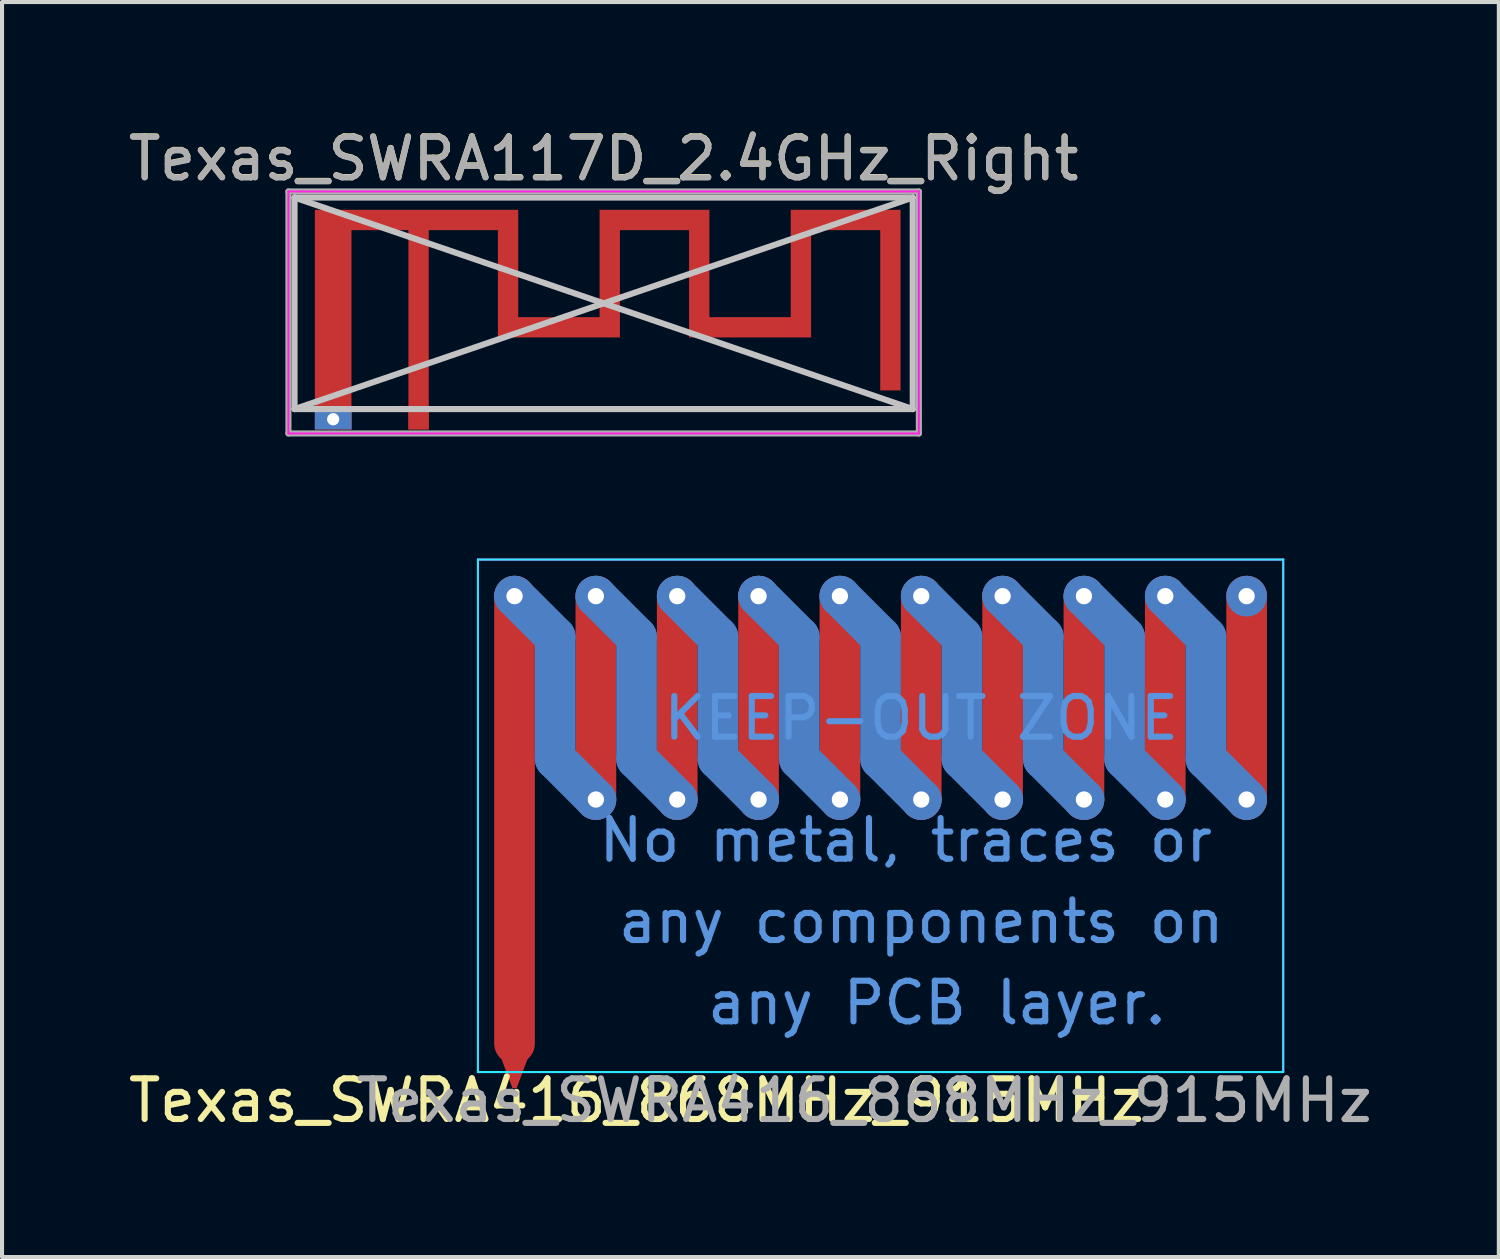
<source format=kicad_pcb>
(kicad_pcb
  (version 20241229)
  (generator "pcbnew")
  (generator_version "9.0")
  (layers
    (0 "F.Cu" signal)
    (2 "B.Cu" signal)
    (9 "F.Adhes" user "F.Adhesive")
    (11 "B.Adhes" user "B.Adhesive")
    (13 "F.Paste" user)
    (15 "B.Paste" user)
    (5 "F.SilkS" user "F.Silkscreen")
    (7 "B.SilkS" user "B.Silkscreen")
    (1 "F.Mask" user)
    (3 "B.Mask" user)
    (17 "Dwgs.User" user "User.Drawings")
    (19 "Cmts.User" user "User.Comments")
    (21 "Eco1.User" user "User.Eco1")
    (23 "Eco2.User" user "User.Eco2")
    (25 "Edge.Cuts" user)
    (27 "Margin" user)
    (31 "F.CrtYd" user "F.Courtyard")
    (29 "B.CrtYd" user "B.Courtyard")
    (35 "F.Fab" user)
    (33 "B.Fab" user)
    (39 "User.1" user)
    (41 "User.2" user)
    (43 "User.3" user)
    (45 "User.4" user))
  (footprint "Texas_SWRA117D_2.4GHz_Right"
    (layer "F.Cu")
    (at 7.242 7.258)
    (property "Reference" "Texas_SWRA117D_2.4GHz_Right" (at 4.55 -6.41 0) (layer "F.SilkS") (effects (font (size 1 1) (thickness 0.15))))
    (attr exclude_from_pos_files exclude_from_bom)
    (fp_poly (pts (xy 2.45 -2.51) (xy 4.45 -2.51) (xy 4.45 -5.15) (xy 7.15 -5.15) (xy 7.15 -2.51) (xy 9.15 -2.51) (xy 9.15 -5.15) (xy 11.85 -5.15) (xy 11.85 -0.71) (xy 11.35 -0.71) (xy 11.35 -4.65) (xy 9.65 -4.65) (xy 9.65 -2.01) (xy 6.65 -2.01) (xy 6.65 -4.65) (xy 4.95 -4.65) (xy 4.95 -2.01) (xy 1.95 -2.01) (xy 1.95 -4.65) (xy 0.25 -4.65) (xy 0.25 0.25) (xy -0.25 0.25) (xy -0.25 -4.65) (xy -1.65 -4.65) (xy -1.65 0.25) (xy -2.55 0.25) (xy -2.55 0.007) (xy -2.248 0.007) (xy -2.238 0.054) (xy -2.214 0.097) (xy -2.176 0.13) (xy -2.168 0.134) (xy -2.125 0.146) (xy -2.077 0.145) (xy -2.031 0.132) (xy -2.013 0.122) (xy -1.979 0.087) (xy -1.958 0.041) (xy -1.952 -0.008) (xy -1.96 -0.056) (xy -1.977 -0.089) (xy -2.012 -0.121) (xy -2.058 -0.141) (xy -2.107 -0.148) (xy -2.155 -0.14) (xy -2.188 -0.123) (xy -2.223 -0.086) (xy -2.243 -0.042) (xy -2.248 0.007) (xy -2.55 0.007) (xy -2.55 -5.15) (xy 2.45 -5.15) (xy 2.45 -2.51)) (stroke (width 0) (type solid)) (fill yes) (layer "F.Cu"))
    (fp_line (start -3.05 -5.45) (end 12.15 -5.45) (stroke (width 0.15) (type solid)) (layer "Dwgs.User"))
    (fp_line (start -3.05 -5.45) (end 12.15 -0.25) (stroke (width 0.15) (type solid)) (layer "Dwgs.User"))
    (fp_line (start -3.05 -0.25) (end -3.05 -5.45) (stroke (width 0.15) (type solid)) (layer "Dwgs.User"))
    (fp_line (start -3.05 -0.25) (end 12.15 -5.45) (stroke (width 0.15) (type solid)) (layer "Dwgs.User"))
    (fp_line (start -3.05 -0.25) (end 12.15 -0.25) (stroke (width 0.15) (type solid)) (layer "Dwgs.User"))
    (fp_line (start 12.15 -0.25) (end 12.15 -5.45) (stroke (width 0.15) (type solid)) (layer "Dwgs.User"))
    (fp_line (start -3.2 -5.6) (end 12.3 -5.6) (stroke (width 0.05) (type solid)) (layer "F.CrtYd"))
    (fp_line (start -3.2 0.35) (end -3.2 -5.6) (stroke (width 0.05) (type solid)) (layer "F.CrtYd"))
    (fp_line (start 12.3 -5.6) (end 12.3 0.35) (stroke (width 0.05) (type solid)) (layer "F.CrtYd"))
    (fp_line (start 12.3 0.35) (end -3.2 0.35) (stroke (width 0.05) (type solid)) (layer "F.CrtYd"))
    (fp_line (start -3.2 -5.6) (end 12.3 -5.6) (stroke (width 0.15) (type solid)) (layer "F.Fab"))
    (fp_line (start -3.2 0.35) (end -3.2 -5.6) (stroke (width 0.15) (type solid)) (layer "F.Fab"))
    (fp_line (start 12.3 -5.6) (end 12.3 0.35) (stroke (width 0.15) (type solid)) (layer "F.Fab"))
    (fp_line (start 12.3 0.35) (end -3.2 0.35) (stroke (width 0.15) (type solid)) (layer "F.Fab"))
    (fp_text user "${REFERENCE}" (at 4.55 -6.4 0) (layer "F.Fab") (effects (font (size 1 1) (thickness 0.15))))
    (pad "1" connect rect (at 0 0) (size 0.5 0.5) (layers "F.Cu"))
    (pad "2" thru_hole rect (at -2.1 0) (size 0.9 0.5) (drill 0.3) (layers "*.Cu")))
  (footprint "Texas_SWRA416_868MHz_915MHz"
    (layer "F.Cu")
    (at 18.601 17.408)
    (property "Reference" "Texas_SWRA416_868MHz_915MHz" (at -6 6.6 0) (layer "F.SilkS") (effects (font (size 1 1) (thickness 0.15))))
    (attr smd)
    (fp_line (start -9 5.2) (end -9 -5.8) (stroke (width 1) (type solid)) (layer "F.Cu"))
    (fp_line (start -7 -5.8) (end -7 -0.8) (stroke (width 1) (type solid)) (layer "F.Cu"))
    (fp_line (start -5 -5.8) (end -5 -0.8) (stroke (width 1) (type solid)) (layer "F.Cu"))
    (fp_line (start -3 -5.8) (end -3 -0.8) (stroke (width 1) (type solid)) (layer "F.Cu"))
    (fp_line (start -1 -5.8) (end -1 -0.8) (stroke (width 1) (type solid)) (layer "F.Cu"))
    (fp_line (start 1 -5.8) (end 1 -0.8) (stroke (width 1) (type solid)) (layer "F.Cu"))
    (fp_line (start 3 -5.8) (end 3 -0.8) (stroke (width 1) (type solid)) (layer "F.Cu"))
    (fp_line (start 5 -5.8) (end 5 -0.8) (stroke (width 1) (type solid)) (layer "F.Cu"))
    (fp_line (start 7 -5.8) (end 7 -0.8) (stroke (width 1) (type solid)) (layer "F.Cu"))
    (fp_line (start 9 -5.8) (end 9 -0.8) (stroke (width 1) (type solid)) (layer "F.Cu"))
    (fp_line (start -9 -5.8) (end -8 -4.8) (stroke (width 1) (type solid)) (layer "B.Cu"))
    (fp_line (start -8 -4.8) (end -8 -1.8) (stroke (width 1) (type solid)) (layer "B.Cu"))
    (fp_line (start -8 -1.8) (end -7 -0.8) (stroke (width 1) (type solid)) (layer "B.Cu"))
    (fp_line (start -7 -5.8) (end -6 -4.8) (stroke (width 1) (type solid)) (layer "B.Cu"))
    (fp_line (start -6 -4.8) (end -6 -1.8) (stroke (width 1) (type solid)) (layer "B.Cu"))
    (fp_line (start -6 -1.8) (end -5 -0.8) (stroke (width 1) (type solid)) (layer "B.Cu"))
    (fp_line (start -5 -5.8) (end -4 -4.8) (stroke (width 1) (type solid)) (layer "B.Cu"))
    (fp_line (start -4 -4.8) (end -4 -1.8) (stroke (width 1) (type solid)) (layer "B.Cu"))
    (fp_line (start -4 -1.8) (end -3 -0.8) (stroke (width 1) (type solid)) (layer "B.Cu"))
    (fp_line (start -3 -5.8) (end -2 -4.8) (stroke (width 1) (type solid)) (layer "B.Cu"))
    (fp_line (start -2 -4.8) (end -2 -1.8) (stroke (width 1) (type solid)) (layer "B.Cu"))
    (fp_line (start -2 -1.8) (end -1 -0.8) (stroke (width 1) (type solid)) (layer "B.Cu"))
    (fp_line (start -1 -5.8) (end 0 -4.8) (stroke (width 1) (type solid)) (layer "B.Cu"))
    (fp_line (start 0 -4.8) (end 0 -1.8) (stroke (width 1) (type solid)) (layer "B.Cu"))
    (fp_line (start 0 -1.8) (end 1 -0.8) (stroke (width 1) (type solid)) (layer "B.Cu"))
    (fp_line (start 1 -5.8) (end 2 -4.8) (stroke (width 1) (type solid)) (layer "B.Cu"))
    (fp_line (start 2 -4.8) (end 2 -1.8) (stroke (width 1) (type solid)) (layer "B.Cu"))
    (fp_line (start 2 -1.8) (end 3 -0.8) (stroke (width 1) (type solid)) (layer "B.Cu"))
    (fp_line (start 3 -5.8) (end 4 -4.8) (stroke (width 1) (type solid)) (layer "B.Cu"))
    (fp_line (start 4 -4.8) (end 4 -1.8) (stroke (width 1) (type solid)) (layer "B.Cu"))
    (fp_line (start 4 -1.8) (end 5 -0.8) (stroke (width 1) (type solid)) (layer "B.Cu"))
    (fp_line (start 5 -5.8) (end 6 -4.8) (stroke (width 1) (type solid)) (layer "B.Cu"))
    (fp_line (start 6 -4.8) (end 6 -1.8) (stroke (width 1) (type solid)) (layer "B.Cu"))
    (fp_line (start 6 -1.8) (end 7 -0.8) (stroke (width 1) (type solid)) (layer "B.Cu"))
    (fp_line (start 7 -5.8) (end 8 -4.8) (stroke (width 1) (type solid)) (layer "B.Cu"))
    (fp_line (start 8 -4.8) (end 8 -1.8) (stroke (width 1) (type solid)) (layer "B.Cu"))
    (fp_line (start 8 -1.8) (end 9 -0.8) (stroke (width 1) (type solid)) (layer "B.Cu"))
    (fp_line (start -9.9 -6.7) (end -9.9 5.9) (stroke (width 0.05) (type solid)) (layer "B.CrtYd"))
    (fp_line (start -9.9 5.9) (end 9.9 5.9) (stroke (width 0.05) (type solid)) (layer "B.CrtYd"))
    (fp_line (start 9.9 -6.7) (end -9.9 -6.7) (stroke (width 0.05) (type solid)) (layer "B.CrtYd"))
    (fp_line (start 9.9 5.9) (end 9.9 -6.7) (stroke (width 0.05) (type solid)) (layer "B.CrtYd"))
    (fp_line (start -9.9 -6.7) (end -9.9 5.9) (stroke (width 0.05) (type solid)) (layer "F.CrtYd"))
    (fp_line (start -9.9 5.9) (end 9.9 5.9) (stroke (width 0.05) (type solid)) (layer "F.CrtYd"))
    (fp_line (start 9.9 -6.7) (end -9.9 -6.7) (stroke (width 0.05) (type solid)) (layer "F.CrtYd"))
    (fp_line (start 9.9 5.9) (end 9.9 -6.7) (stroke (width 0.05) (type solid)) (layer "F.CrtYd"))
    (fp_text user "No metal, traces or " (at 1 0.2 0) (layer "Cmts.User") (effects (font (size 1 1) (thickness 0.15))))
    (fp_text user "KEEP-OUT ZONE" (at 1 -2.8 0) (layer "Cmts.User") (effects (font (size 1 1) (thickness 0.15))))
    (fp_text user " any PCB layer." (at 1 4.2 0) (layer "Cmts.User") (effects (font (size 1 1) (thickness 0.15))))
    (fp_text user "any components on" (at 1 2.2 0) (layer "Cmts.User") (effects (font (size 1 1) (thickness 0.15))))
    (fp_text user "${REFERENCE}" (at -0.4 6.6 0) (layer "F.Fab") (effects (font (size 1 1) (thickness 0.15))))
    (pad "" thru_hole circle (at -9 -5.8 180) (size 1 1) (drill 0.4) (layers "*.Cu"))
    (pad "" thru_hole circle (at -7 -5.8 180) (size 1 1) (drill 0.4) (layers "*.Cu"))
    (pad "" thru_hole circle (at -7 -0.8 180) (size 1 1) (drill 0.4) (layers "*.Cu"))
    (pad "" thru_hole circle (at -5 -5.8 180) (size 1 1) (drill 0.4) (layers "*.Cu"))
    (pad "" thru_hole circle (at -5 -0.8 180) (size 1 1) (drill 0.4) (layers "*.Cu"))
    (pad "" thru_hole circle (at -3 -5.8 180) (size 1 1) (drill 0.4) (layers "*.Cu"))
    (pad "" thru_hole circle (at -3 -0.8 180) (size 1 1) (drill 0.4) (layers "*.Cu"))
    (pad "" thru_hole circle (at -1 -5.8 180) (size 1 1) (drill 0.4) (layers "*.Cu"))
    (pad "" thru_hole circle (at -1 -0.8 180) (size 1 1) (drill 0.4) (layers "*.Cu"))
    (pad "" thru_hole circle (at 1 -5.8 180) (size 1 1) (drill 0.4) (layers "*.Cu"))
    (pad "" thru_hole circle (at 1 -0.8 180) (size 1 1) (drill 0.4) (layers "*.Cu"))
    (pad "" thru_hole circle (at 3 -5.8 180) (size 1 1) (drill 0.4) (layers "*.Cu"))
    (pad "" thru_hole circle (at 3 -0.8 180) (size 1 1) (drill 0.4) (layers "*.Cu"))
    (pad "" thru_hole circle (at 5 -5.8 180) (size 1 1) (drill 0.4) (layers "*.Cu"))
    (pad "" thru_hole circle (at 5 -0.8 180) (size 1 1) (drill 0.4) (layers "*.Cu"))
    (pad "" thru_hole circle (at 7 -5.8 180) (size 1 1) (drill 0.4) (layers "*.Cu"))
    (pad "" thru_hole circle (at 7 -0.8 180) (size 1 1) (drill 0.4) (layers "*.Cu"))
    (pad "" thru_hole circle (at 9 -5.8 180) (size 1 1) (drill 0.4) (layers "*.Cu"))
    (pad "" thru_hole circle (at 9 -0.8 180) (size 1 1) (drill 0.4) (layers "*.Cu"))
    (pad "1" smd trapezoid (at -9 5.9 180) (size 0.4 0.8) (rect_delta 0 0.3) (layers "F.Cu"))
    (zone (net_name "") (layer "F.Cu") (hatch full 0.508) (connect_pads) (min_thickness 0.254) (filled_areas_thickness no) (keepout (tracks allowed) (vias allowed) (pads allowed) (copperpour not_allowed) (footprints not_allowed)) (placement (enabled no)) (fill) (polygon (pts (xy 8.901 23.108) (xy 28.301 23.108) (xy 28.301 10.908) (xy 8.901 10.908)))))
  (gr_rect
    (start -3 -3)
    (end 33.802 27.857)
    (stroke (width 0.1) (type default))
    (fill no)
    (layer "Edge.Cuts")))
</source>
